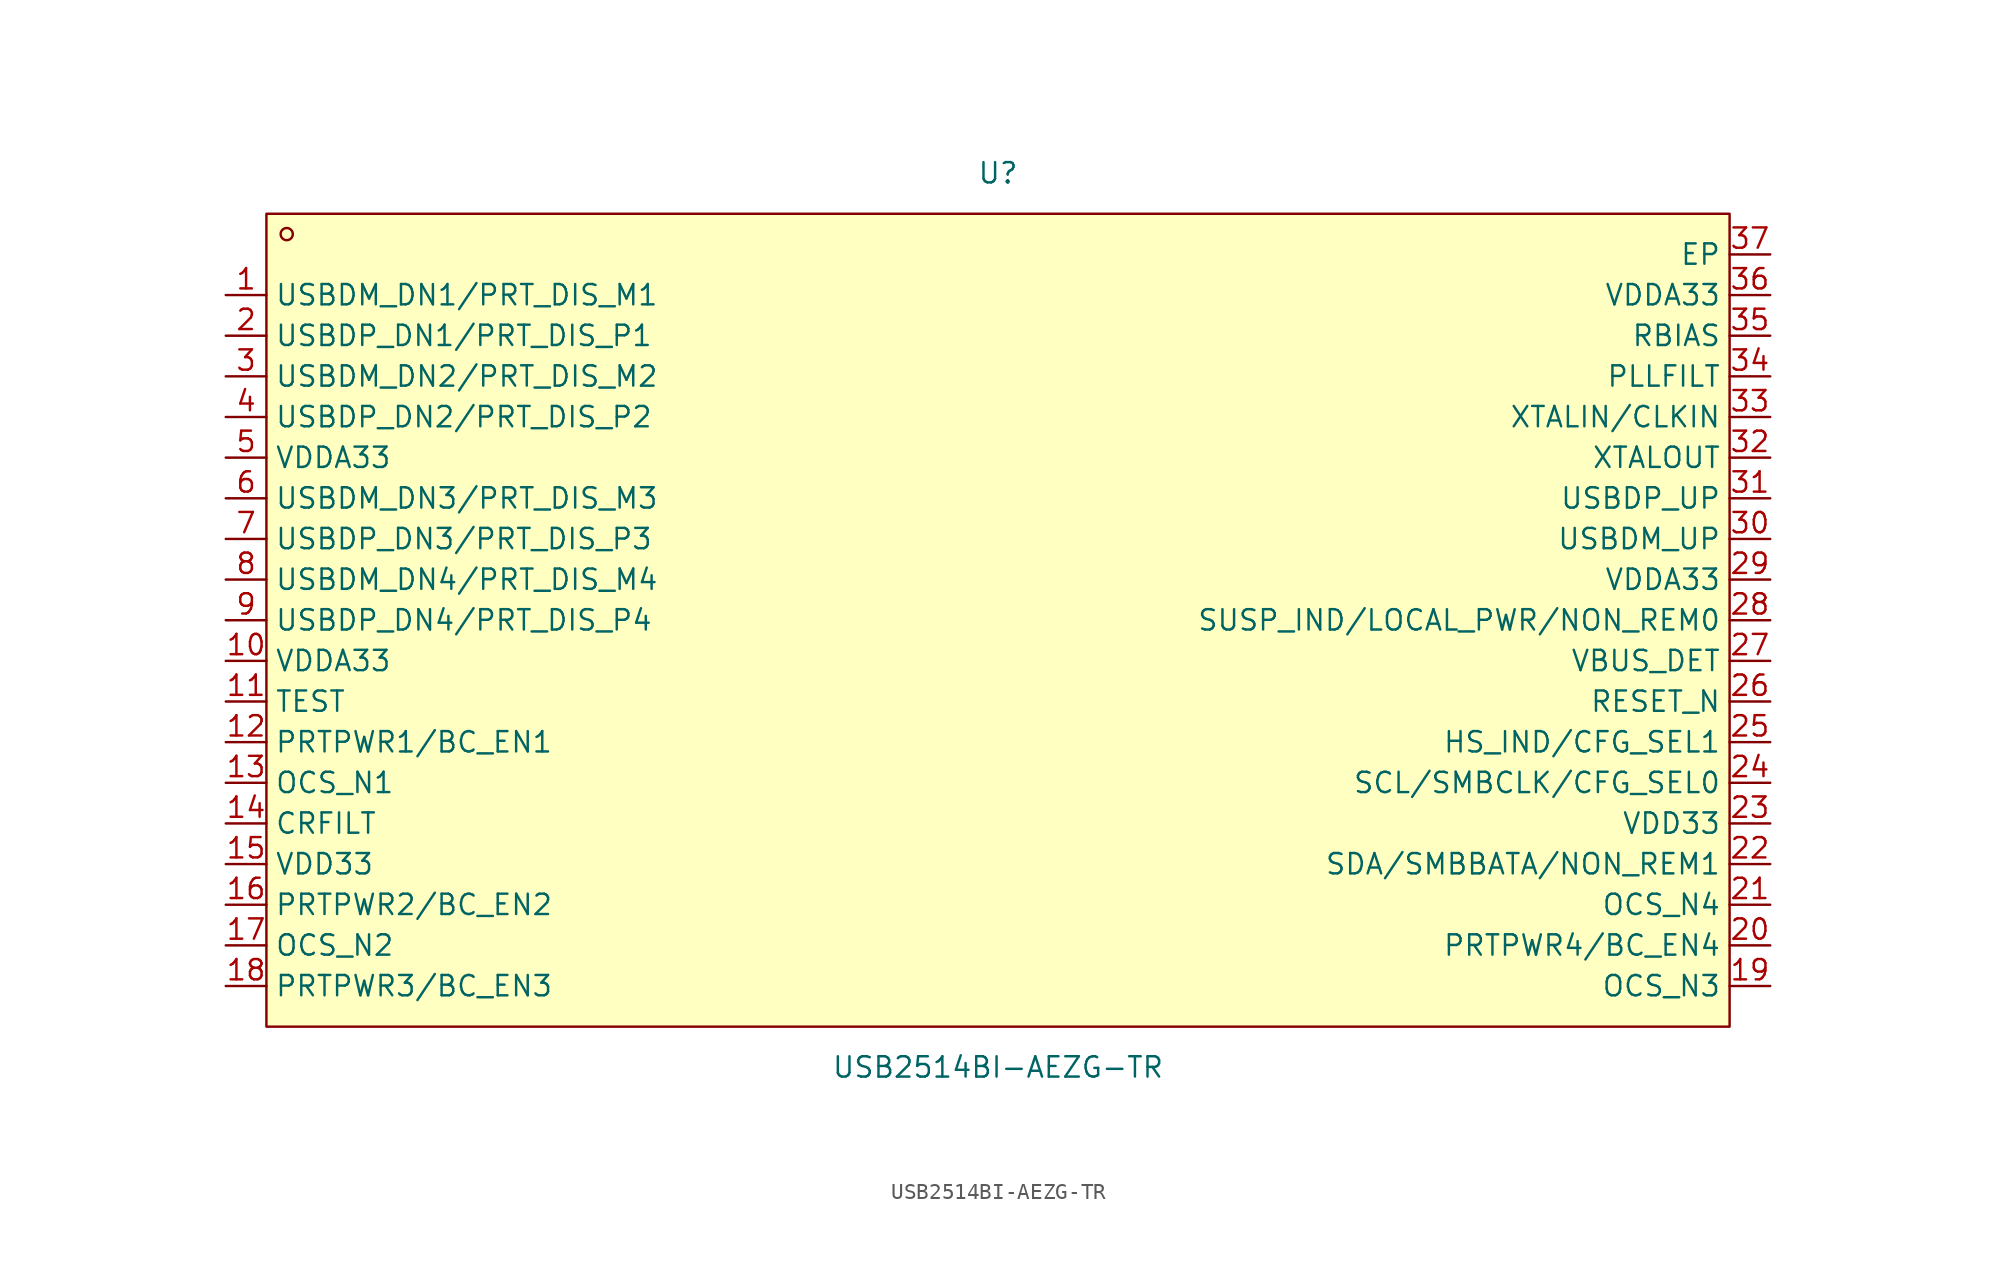
<source format=kicad_sym>
(kicad_symbol_lib
  (version 20211014)
  (generator https://github.com/uPesy/easyeda2kicad.py)
  (symbol "USB2514BI-AEZG-TR"
    (property "Reference" "U"
      (at 0 27.94 0)
      (effects (font (size 1.27 1.27))))
    (property "Value" "USB2514BI-AEZG-TR"
      (at 0 -27.94 0)
      (effects (font (size 1.27 1.27))))
    (symbol "USB2514BI-AEZG-TR_0_1"
      (rectangle (start -45.72 25.40) (end 45.72 -25.40) (stroke (width 0) (type default) (color 0 0 0 0)) (fill (type background)))
      (circle (center -44.45 24.13) (radius 0.38) (stroke (width 0) (type default) (color 0 0 0 0)) (fill (type none)))
      (pin unspecified line (at 48.26 22.86 180) (length 2.54) (name "EP" (effects (font (size 1.27 1.27)))) (number "37" (effects (font (size 1.27 1.27)))))
      (pin unspecified line (at 48.26 20.32 180) (length 2.54) (name "VDDA33" (effects (font (size 1.27 1.27)))) (number "36" (effects (font (size 1.27 1.27)))))
      (pin unspecified line (at 48.26 17.78 180) (length 2.54) (name "RBIAS" (effects (font (size 1.27 1.27)))) (number "35" (effects (font (size 1.27 1.27)))))
      (pin unspecified line (at 48.26 15.24 180) (length 2.54) (name "PLLFILT" (effects (font (size 1.27 1.27)))) (number "34" (effects (font (size 1.27 1.27)))))
      (pin unspecified line (at 48.26 12.70 180) (length 2.54) (name "XTALIN/CLKIN" (effects (font (size 1.27 1.27)))) (number "33" (effects (font (size 1.27 1.27)))))
      (pin unspecified line (at 48.26 10.16 180) (length 2.54) (name "XTALOUT" (effects (font (size 1.27 1.27)))) (number "32" (effects (font (size 1.27 1.27)))))
      (pin unspecified line (at 48.26 7.62 180) (length 2.54) (name "USBDP_UP" (effects (font (size 1.27 1.27)))) (number "31" (effects (font (size 1.27 1.27)))))
      (pin unspecified line (at 48.26 5.08 180) (length 2.54) (name "USBDM_UP" (effects (font (size 1.27 1.27)))) (number "30" (effects (font (size 1.27 1.27)))))
      (pin unspecified line (at 48.26 2.54 180) (length 2.54) (name "VDDA33" (effects (font (size 1.27 1.27)))) (number "29" (effects (font (size 1.27 1.27)))))
      (pin unspecified line (at 48.26 -0.00 180) (length 2.54) (name "SUSP_IND/LOCAL_PWR/NON_REM0" (effects (font (size 1.27 1.27)))) (number "28" (effects (font (size 1.27 1.27)))))
      (pin unspecified line (at 48.26 -2.54 180) (length 2.54) (name "VBUS_DET" (effects (font (size 1.27 1.27)))) (number "27" (effects (font (size 1.27 1.27)))))
      (pin unspecified line (at 48.26 -5.08 180) (length 2.54) (name "RESET_N" (effects (font (size 1.27 1.27)))) (number "26" (effects (font (size 1.27 1.27)))))
      (pin unspecified line (at 48.26 -7.62 180) (length 2.54) (name "HS_IND/CFG_SEL1" (effects (font (size 1.27 1.27)))) (number "25" (effects (font (size 1.27 1.27)))))
      (pin unspecified line (at 48.26 -10.16 180) (length 2.54) (name "SCL/SMBCLK/CFG_SEL0" (effects (font (size 1.27 1.27)))) (number "24" (effects (font (size 1.27 1.27)))))
      (pin unspecified line (at 48.26 -12.70 180) (length 2.54) (name "VDD33" (effects (font (size 1.27 1.27)))) (number "23" (effects (font (size 1.27 1.27)))))
      (pin unspecified line (at 48.26 -15.24 180) (length 2.54) (name "SDA/SMBBATA/NON_REM1" (effects (font (size 1.27 1.27)))) (number "22" (effects (font (size 1.27 1.27)))))
      (pin unspecified line (at 48.26 -17.78 180) (length 2.54) (name "OCS_N4" (effects (font (size 1.27 1.27)))) (number "21" (effects (font (size 1.27 1.27)))))
      (pin unspecified line (at 48.26 -20.32 180) (length 2.54) (name "PRTPWR4/BC_EN4" (effects (font (size 1.27 1.27)))) (number "20" (effects (font (size 1.27 1.27)))))
      (pin unspecified line (at 48.26 -22.86 180) (length 2.54) (name "OCS_N3" (effects (font (size 1.27 1.27)))) (number "19" (effects (font (size 1.27 1.27)))))
      (pin unspecified line (at -48.26 -22.86 0) (length 2.54) (name "PRTPWR3/BC_EN3" (effects (font (size 1.27 1.27)))) (number "18" (effects (font (size 1.27 1.27)))))
      (pin unspecified line (at -48.26 -20.32 0) (length 2.54) (name "OCS_N2" (effects (font (size 1.27 1.27)))) (number "17" (effects (font (size 1.27 1.27)))))
      (pin unspecified line (at -48.26 -17.78 0) (length 2.54) (name "PRTPWR2/BC_EN2" (effects (font (size 1.27 1.27)))) (number "16" (effects (font (size 1.27 1.27)))))
      (pin unspecified line (at -48.26 -15.24 0) (length 2.54) (name "VDD33" (effects (font (size 1.27 1.27)))) (number "15" (effects (font (size 1.27 1.27)))))
      (pin unspecified line (at -48.26 -12.70 0) (length 2.54) (name "CRFILT" (effects (font (size 1.27 1.27)))) (number "14" (effects (font (size 1.27 1.27)))))
      (pin unspecified line (at -48.26 -10.16 0) (length 2.54) (name "OCS_N1" (effects (font (size 1.27 1.27)))) (number "13" (effects (font (size 1.27 1.27)))))
      (pin unspecified line (at -48.26 -7.62 0) (length 2.54) (name "PRTPWR1/BC_EN1" (effects (font (size 1.27 1.27)))) (number "12" (effects (font (size 1.27 1.27)))))
      (pin unspecified line (at -48.26 -5.08 0) (length 2.54) (name "TEST" (effects (font (size 1.27 1.27)))) (number "11" (effects (font (size 1.27 1.27)))))
      (pin unspecified line (at -48.26 -2.54 0) (length 2.54) (name "VDDA33" (effects (font (size 1.27 1.27)))) (number "10" (effects (font (size 1.27 1.27)))))
      (pin unspecified line (at -48.26 -0.00 0) (length 2.54) (name "USBDP_DN4/PRT_DIS_P4" (effects (font (size 1.27 1.27)))) (number "9" (effects (font (size 1.27 1.27)))))
      (pin unspecified line (at -48.26 2.54 0) (length 2.54) (name "USBDM_DN4/PRT_DIS_M4" (effects (font (size 1.27 1.27)))) (number "8" (effects (font (size 1.27 1.27)))))
      (pin unspecified line (at -48.26 5.08 0) (length 2.54) (name "USBDP_DN3/PRT_DIS_P3" (effects (font (size 1.27 1.27)))) (number "7" (effects (font (size 1.27 1.27)))))
      (pin unspecified line (at -48.26 7.62 0) (length 2.54) (name "USBDM_DN3/PRT_DIS_M3" (effects (font (size 1.27 1.27)))) (number "6" (effects (font (size 1.27 1.27)))))
      (pin unspecified line (at -48.26 10.16 0) (length 2.54) (name "VDDA33" (effects (font (size 1.27 1.27)))) (number "5" (effects (font (size 1.27 1.27)))))
      (pin unspecified line (at -48.26 12.70 0) (length 2.54) (name "USBDP_DN2/PRT_DIS_P2" (effects (font (size 1.27 1.27)))) (number "4" (effects (font (size 1.27 1.27)))))
      (pin unspecified line (at -48.26 15.24 0) (length 2.54) (name "USBDM_DN2/PRT_DIS_M2" (effects (font (size 1.27 1.27)))) (number "3" (effects (font (size 1.27 1.27)))))
      (pin unspecified line (at -48.26 17.78 0) (length 2.54) (name "USBDP_DN1/PRT_DIS_P1" (effects (font (size 1.27 1.27)))) (number "2" (effects (font (size 1.27 1.27)))))
      (pin unspecified line (at -48.26 20.32 0) (length 2.54) (name "USBDM_DN1/PRT_DIS_M1" (effects (font (size 1.27 1.27)))) (number "1" (effects (font (size 1.27 1.27))))))))
</source>
